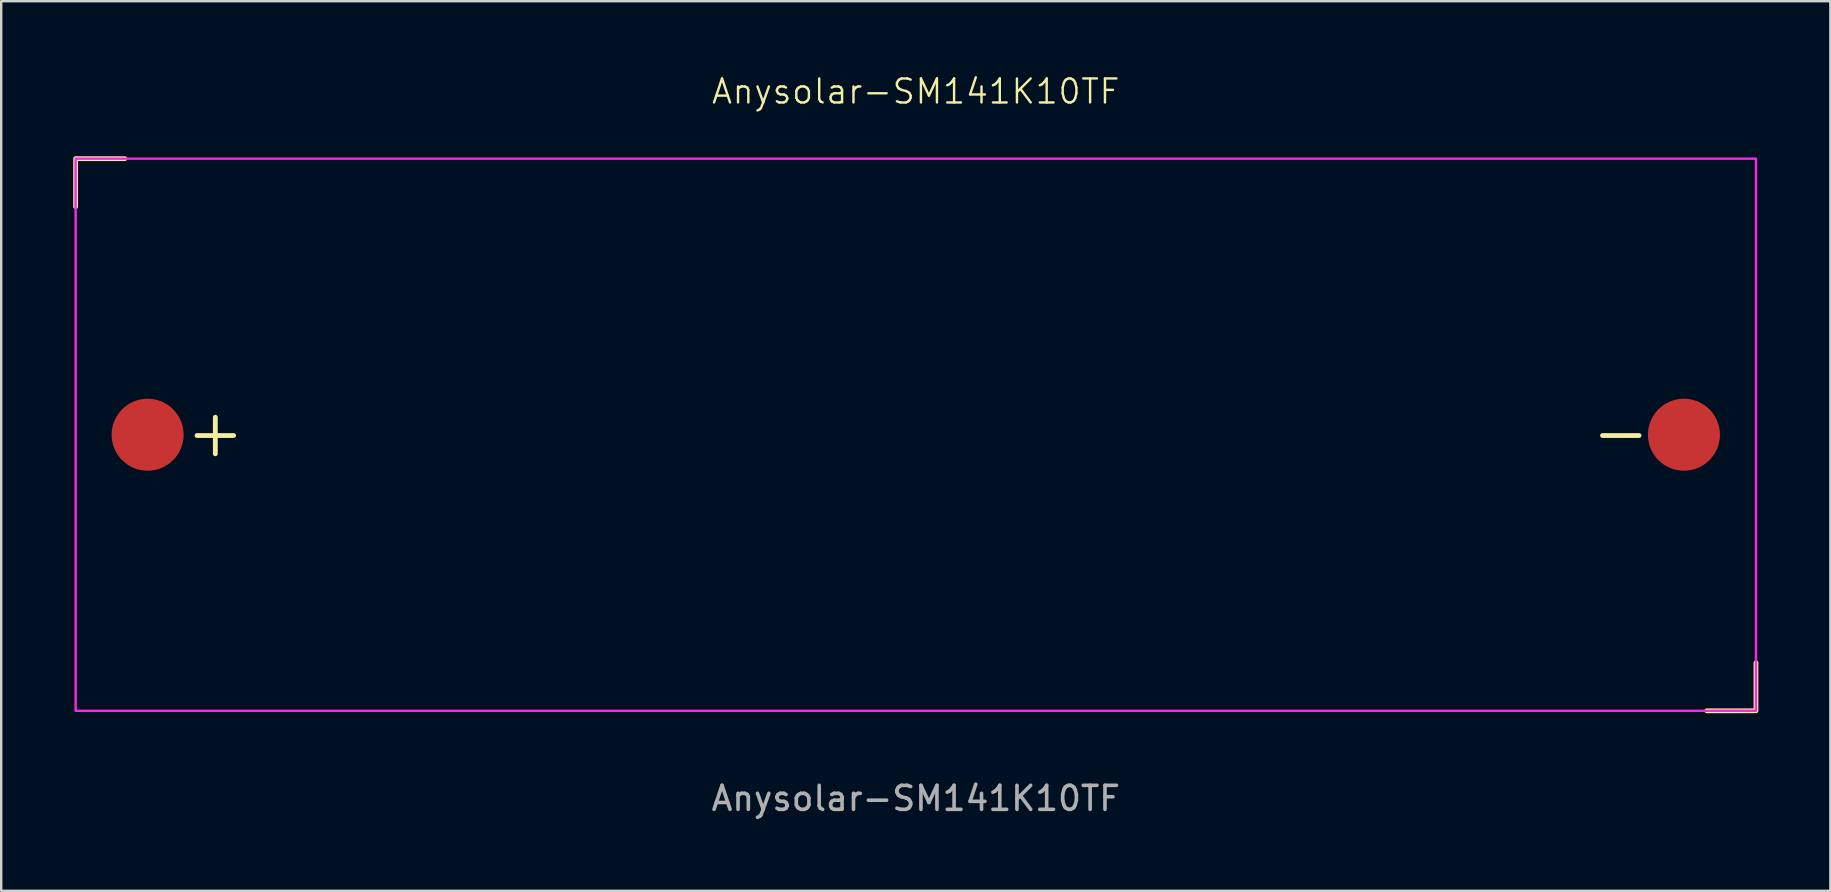
<source format=kicad_pcb>
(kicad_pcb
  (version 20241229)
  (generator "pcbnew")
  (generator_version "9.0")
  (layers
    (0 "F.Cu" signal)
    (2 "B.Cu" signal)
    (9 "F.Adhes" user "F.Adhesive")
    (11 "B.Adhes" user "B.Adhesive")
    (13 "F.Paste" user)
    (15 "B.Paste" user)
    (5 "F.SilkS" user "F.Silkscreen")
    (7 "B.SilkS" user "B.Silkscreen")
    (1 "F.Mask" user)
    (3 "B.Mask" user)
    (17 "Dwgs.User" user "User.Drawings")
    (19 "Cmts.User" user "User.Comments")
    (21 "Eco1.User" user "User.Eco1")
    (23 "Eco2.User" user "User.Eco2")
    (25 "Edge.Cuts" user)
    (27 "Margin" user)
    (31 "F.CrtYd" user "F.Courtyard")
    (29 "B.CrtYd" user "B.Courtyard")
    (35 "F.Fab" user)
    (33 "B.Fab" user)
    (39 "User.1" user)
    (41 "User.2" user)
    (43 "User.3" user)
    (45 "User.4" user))
  (footprint "Anysolar-SM141K10TF"
    (layer "F.Cu")
    (at 35.1 15.06)
    (property "Reference" "Anysolar-SM141K10TF" (at 0 -14.3 0) (unlocked yes) (layer "F.SilkS") (effects (font (size 1 1) (thickness 0.1))))
    (attr smd)
    (fp_line (start -35 -9.5) (end -35 -11.5) (stroke (width 0.2) (type default)) (layer "F.SilkS"))
    (fp_line (start -32.95 -11.5) (end -34.95 -11.5) (stroke (width 0.2) (type default)) (layer "F.SilkS"))
    (fp_line (start 32.95 11.5) (end 34.95 11.5) (stroke (width 0.2) (type default)) (layer "F.SilkS"))
    (fp_line (start 35 9.5) (end 35 11.5) (stroke (width 0.2) (type default)) (layer "F.SilkS"))
    (fp_rect (start -35 -11.5) (end 35 11.5) (stroke (width 0.1) (type default)) (fill no) (layer "F.CrtYd"))
    (fp_text user "-" (at 28 1.05 0) (unlocked yes) (layer "F.SilkS") (effects (font (size 2 2) (thickness 0.2)) (justify left bottom)))
    (fp_text user "+" (at -30.55 1.05 0) (unlocked yes) (layer "F.SilkS") (effects (font (size 2 2) (thickness 0.2)) (justify left bottom)))
    (fp_text user "${REFERENCE}" (at 0 15.15 0) (unlocked yes) (layer "F.Fab") (effects (font (size 1 1) (thickness 0.15))))
    (pad "1" smd circle (at -32 0) (size 3 3) (layers "F.Cu" "F.Mask" "F.Paste"))
    (pad "2" smd circle (at 32 0) (size 3 3) (layers "F.Cu" "F.Mask" "F.Paste")))
  (gr_rect
    (start -3 -3)
    (end 73.2 34.059)
    (stroke (width 0.1) (type default))
    (fill no)
    (layer "Edge.Cuts")))
</source>
